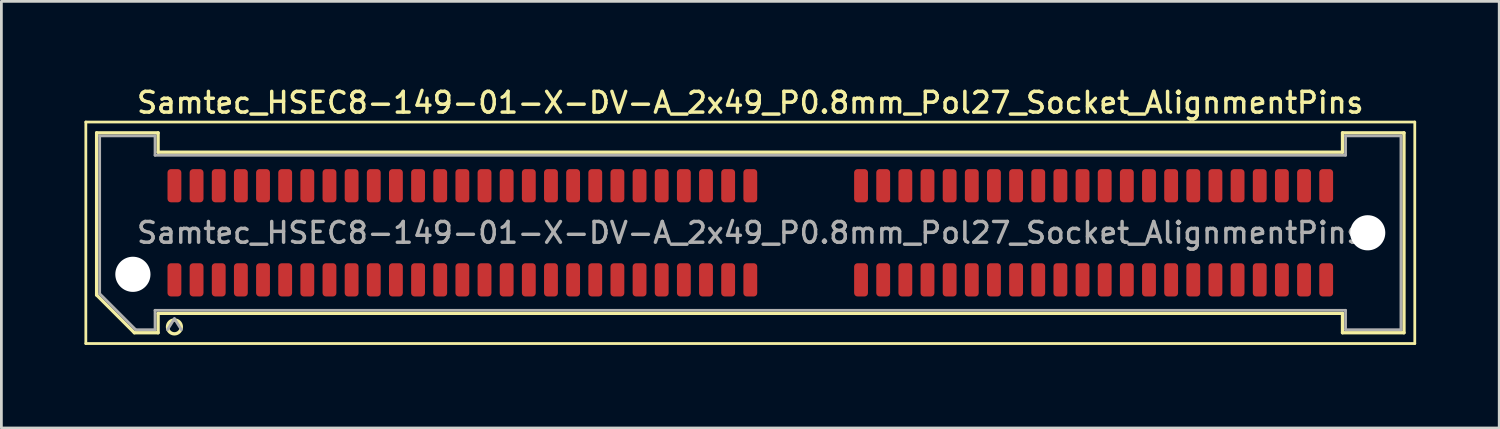
<source format=kicad_pcb>
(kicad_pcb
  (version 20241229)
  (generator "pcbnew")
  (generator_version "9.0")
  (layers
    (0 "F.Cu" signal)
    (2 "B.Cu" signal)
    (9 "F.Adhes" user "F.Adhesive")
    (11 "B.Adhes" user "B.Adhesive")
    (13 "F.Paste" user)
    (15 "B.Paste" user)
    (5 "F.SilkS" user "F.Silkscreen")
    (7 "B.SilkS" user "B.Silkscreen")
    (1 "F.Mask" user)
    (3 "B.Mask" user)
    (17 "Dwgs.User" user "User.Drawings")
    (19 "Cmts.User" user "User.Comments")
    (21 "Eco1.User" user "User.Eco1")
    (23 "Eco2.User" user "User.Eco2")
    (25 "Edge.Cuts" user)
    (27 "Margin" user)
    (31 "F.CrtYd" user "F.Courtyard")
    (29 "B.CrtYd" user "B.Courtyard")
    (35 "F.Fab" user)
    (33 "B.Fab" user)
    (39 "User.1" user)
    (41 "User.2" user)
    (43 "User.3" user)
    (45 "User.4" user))
  (footprint "Samtec_HSEC8-149-01-X-DV-A_2x49_P0.8mm_Pol27_Socket_AlignmentPins"
    (layer "F.Cu")
    (at 24.05 5.358)
    (property "Reference" "Samtec_HSEC8-149-01-X-DV-A_2x49_P0.8mm_Pol27_Socket_AlignmentPins" (at 0 -4.7 0) (layer "F.SilkS") (effects (font (size 0.75 0.75) (thickness 0.125))))
    (attr smd)
    (fp_line (start -24 -4) (end -24 4) (stroke (width 0.1) (type solid)) (layer "F.SilkS"))
    (fp_line (start -24 4) (end 24 4) (stroke (width 0.1) (type solid)) (layer "F.SilkS"))
    (fp_line (start -23.61 -3.61) (end -21.39 -3.61) (stroke (width 0.12) (type solid)) (layer "F.SilkS"))
    (fp_line (start -23.61 2.246) (end -23.61 -3.61) (stroke (width 0.12) (type solid)) (layer "F.SilkS"))
    (fp_line (start -22.246 3.61) (end -23.61 2.246) (stroke (width 0.12) (type solid)) (layer "F.SilkS"))
    (fp_line (start -21.39 -3.61) (end -21.39 -2.91) (stroke (width 0.12) (type solid)) (layer "F.SilkS"))
    (fp_line (start -21.39 -2.91) (end 21.39 -2.91) (stroke (width 0.12) (type solid)) (layer "F.SilkS"))
    (fp_line (start -21.39 2.91) (end -21.39 3.61) (stroke (width 0.12) (type solid)) (layer "F.SilkS"))
    (fp_line (start -21.39 3.61) (end -22.246 3.61) (stroke (width 0.12) (type solid)) (layer "F.SilkS"))
    (fp_line (start 21.39 -3.61) (end 23.61 -3.61) (stroke (width 0.12) (type solid)) (layer "F.SilkS"))
    (fp_line (start 21.39 -2.91) (end 21.39 -3.61) (stroke (width 0.12) (type solid)) (layer "F.SilkS"))
    (fp_line (start 21.39 2.91) (end -21.39 2.91) (stroke (width 0.12) (type solid)) (layer "F.SilkS"))
    (fp_line (start 21.39 3.61) (end 21.39 2.91) (stroke (width 0.12) (type solid)) (layer "F.SilkS"))
    (fp_line (start 23.61 -3.61) (end 23.61 3.61) (stroke (width 0.12) (type solid)) (layer "F.SilkS"))
    (fp_line (start 23.61 3.61) (end 21.39 3.61) (stroke (width 0.12) (type solid)) (layer "F.SilkS"))
    (fp_line (start 24 -4) (end -24 -4) (stroke (width 0.1) (type solid)) (layer "F.SilkS"))
    (fp_line (start 24 4) (end 24 -4) (stroke (width 0.1) (type solid)) (layer "F.SilkS"))
    (fp_arc (start -20.55 3.4) (mid -21.05 3.4) (end -20.55 3.4) (stroke (width 0.12) (type solid)) (layer "F.SilkS"))
    (fp_line (start -23.5 -3.5) (end -21.5 -3.5) (stroke (width 0.1) (type solid)) (layer "F.Fab"))
    (fp_line (start -23.5 2.2) (end -23.5 -3.5) (stroke (width 0.1) (type solid)) (layer "F.Fab"))
    (fp_line (start -22.2 3.5) (end -23.5 2.2) (stroke (width 0.1) (type solid)) (layer "F.Fab"))
    (fp_line (start -21.5 -3.5) (end -21.5 -2.8) (stroke (width 0.1) (type solid)) (layer "F.Fab"))
    (fp_line (start -21.5 -2.8) (end 21.5 -2.8) (stroke (width 0.1) (type solid)) (layer "F.Fab"))
    (fp_line (start -21.5 2.8) (end -21.5 3.5) (stroke (width 0.1) (type solid)) (layer "F.Fab"))
    (fp_line (start -21.5 3.5) (end -22.2 3.5) (stroke (width 0.1) (type solid)) (layer "F.Fab"))
    (fp_line (start -20.8 3.1) (end -21.05 3.5) (stroke (width 0.1) (type solid)) (layer "F.Fab"))
    (fp_line (start -20.8 3.1) (end -20.55 3.5) (stroke (width 0.1) (type solid)) (layer "F.Fab"))
    (fp_line (start 21.5 -3.5) (end 23.5 -3.5) (stroke (width 0.1) (type solid)) (layer "F.Fab"))
    (fp_line (start 21.5 -2.8) (end 21.5 -3.5) (stroke (width 0.1) (type solid)) (layer "F.Fab"))
    (fp_line (start 21.5 2.8) (end -21.5 2.8) (stroke (width 0.1) (type solid)) (layer "F.Fab"))
    (fp_line (start 21.5 3.5) (end 21.5 2.8) (stroke (width 0.1) (type solid)) (layer "F.Fab"))
    (fp_line (start 23.5 -3.5) (end 23.5 3.5) (stroke (width 0.1) (type solid)) (layer "F.Fab"))
    (fp_line (start 23.5 3.5) (end 21.5 3.5) (stroke (width 0.1) (type solid)) (layer "F.Fab"))
    (fp_text user "${REFERENCE}" (at 0 0 0) (layer "F.Fab") (effects (font (size 0.75 0.75) (thickness 0.125))))
    (pad "" np_thru_hole circle (at -22.3 1.5) (size 1.27 1.27) (drill 1.27) (layers "*.Cu" "*.Mask"))
    (pad "" np_thru_hole circle (at 22.3 0) (size 1.27 1.27) (drill 1.27) (layers "*.Cu" "*.Mask"))
    (pad "1" smd roundrect (at -20.8 1.7) (size 0.5 1.2) (layers "F.Cu" "F.Mask" "F.Paste") (roundrect_rratio 0.25))
    (pad "2" smd roundrect (at -20.8 -1.7) (size 0.5 1.2) (layers "F.Cu" "F.Mask" "F.Paste") (roundrect_rratio 0.25))
    (pad "3" smd roundrect (at -20 1.7) (size 0.5 1.2) (layers "F.Cu" "F.Mask" "F.Paste") (roundrect_rratio 0.25))
    (pad "4" smd roundrect (at -20 -1.7) (size 0.5 1.2) (layers "F.Cu" "F.Mask" "F.Paste") (roundrect_rratio 0.25))
    (pad "5" smd roundrect (at -19.2 1.7) (size 0.5 1.2) (layers "F.Cu" "F.Mask" "F.Paste") (roundrect_rratio 0.25))
    (pad "6" smd roundrect (at -19.2 -1.7) (size 0.5 1.2) (layers "F.Cu" "F.Mask" "F.Paste") (roundrect_rratio 0.25))
    (pad "7" smd roundrect (at -18.4 1.7) (size 0.5 1.2) (layers "F.Cu" "F.Mask" "F.Paste") (roundrect_rratio 0.25))
    (pad "8" smd roundrect (at -18.4 -1.7) (size 0.5 1.2) (layers "F.Cu" "F.Mask" "F.Paste") (roundrect_rratio 0.25))
    (pad "9" smd roundrect (at -17.6 1.7) (size 0.5 1.2) (layers "F.Cu" "F.Mask" "F.Paste") (roundrect_rratio 0.25))
    (pad "10" smd roundrect (at -17.6 -1.7) (size 0.5 1.2) (layers "F.Cu" "F.Mask" "F.Paste") (roundrect_rratio 0.25))
    (pad "11" smd roundrect (at -16.8 1.7) (size 0.5 1.2) (layers "F.Cu" "F.Mask" "F.Paste") (roundrect_rratio 0.25))
    (pad "12" smd roundrect (at -16.8 -1.7) (size 0.5 1.2) (layers "F.Cu" "F.Mask" "F.Paste") (roundrect_rratio 0.25))
    (pad "13" smd roundrect (at -16 1.7) (size 0.5 1.2) (layers "F.Cu" "F.Mask" "F.Paste") (roundrect_rratio 0.25))
    (pad "14" smd roundrect (at -16 -1.7) (size 0.5 1.2) (layers "F.Cu" "F.Mask" "F.Paste") (roundrect_rratio 0.25))
    (pad "15" smd roundrect (at -15.2 1.7) (size 0.5 1.2) (layers "F.Cu" "F.Mask" "F.Paste") (roundrect_rratio 0.25))
    (pad "16" smd roundrect (at -15.2 -1.7) (size 0.5 1.2) (layers "F.Cu" "F.Mask" "F.Paste") (roundrect_rratio 0.25))
    (pad "17" smd roundrect (at -14.4 1.7) (size 0.5 1.2) (layers "F.Cu" "F.Mask" "F.Paste") (roundrect_rratio 0.25))
    (pad "18" smd roundrect (at -14.4 -1.7) (size 0.5 1.2) (layers "F.Cu" "F.Mask" "F.Paste") (roundrect_rratio 0.25))
    (pad "19" smd roundrect (at -13.6 1.7) (size 0.5 1.2) (layers "F.Cu" "F.Mask" "F.Paste") (roundrect_rratio 0.25))
    (pad "20" smd roundrect (at -13.6 -1.7) (size 0.5 1.2) (layers "F.Cu" "F.Mask" "F.Paste") (roundrect_rratio 0.25))
    (pad "21" smd roundrect (at -12.8 1.7) (size 0.5 1.2) (layers "F.Cu" "F.Mask" "F.Paste") (roundrect_rratio 0.25))
    (pad "22" smd roundrect (at -12.8 -1.7) (size 0.5 1.2) (layers "F.Cu" "F.Mask" "F.Paste") (roundrect_rratio 0.25))
    (pad "23" smd roundrect (at -12 1.7) (size 0.5 1.2) (layers "F.Cu" "F.Mask" "F.Paste") (roundrect_rratio 0.25))
    (pad "24" smd roundrect (at -12 -1.7) (size 0.5 1.2) (layers "F.Cu" "F.Mask" "F.Paste") (roundrect_rratio 0.25))
    (pad "25" smd roundrect (at -11.2 1.7) (size 0.5 1.2) (layers "F.Cu" "F.Mask" "F.Paste") (roundrect_rratio 0.25))
    (pad "26" smd roundrect (at -11.2 -1.7) (size 0.5 1.2) (layers "F.Cu" "F.Mask" "F.Paste") (roundrect_rratio 0.25))
    (pad "27" smd roundrect (at -10.4 1.7) (size 0.5 1.2) (layers "F.Cu" "F.Mask" "F.Paste") (roundrect_rratio 0.25))
    (pad "28" smd roundrect (at -10.4 -1.7) (size 0.5 1.2) (layers "F.Cu" "F.Mask" "F.Paste") (roundrect_rratio 0.25))
    (pad "29" smd roundrect (at -9.6 1.7) (size 0.5 1.2) (layers "F.Cu" "F.Mask" "F.Paste") (roundrect_rratio 0.25))
    (pad "30" smd roundrect (at -9.6 -1.7) (size 0.5 1.2) (layers "F.Cu" "F.Mask" "F.Paste") (roundrect_rratio 0.25))
    (pad "31" smd roundrect (at -8.8 1.7) (size 0.5 1.2) (layers "F.Cu" "F.Mask" "F.Paste") (roundrect_rratio 0.25))
    (pad "32" smd roundrect (at -8.8 -1.7) (size 0.5 1.2) (layers "F.Cu" "F.Mask" "F.Paste") (roundrect_rratio 0.25))
    (pad "33" smd roundrect (at -8 1.7) (size 0.5 1.2) (layers "F.Cu" "F.Mask" "F.Paste") (roundrect_rratio 0.25))
    (pad "34" smd roundrect (at -8 -1.7) (size 0.5 1.2) (layers "F.Cu" "F.Mask" "F.Paste") (roundrect_rratio 0.25))
    (pad "35" smd roundrect (at -7.2 1.7) (size 0.5 1.2) (layers "F.Cu" "F.Mask" "F.Paste") (roundrect_rratio 0.25))
    (pad "36" smd roundrect (at -7.2 -1.7) (size 0.5 1.2) (layers "F.Cu" "F.Mask" "F.Paste") (roundrect_rratio 0.25))
    (pad "37" smd roundrect (at -6.4 1.7) (size 0.5 1.2) (layers "F.Cu" "F.Mask" "F.Paste") (roundrect_rratio 0.25))
    (pad "38" smd roundrect (at -6.4 -1.7) (size 0.5 1.2) (layers "F.Cu" "F.Mask" "F.Paste") (roundrect_rratio 0.25))
    (pad "39" smd roundrect (at -5.6 1.7) (size 0.5 1.2) (layers "F.Cu" "F.Mask" "F.Paste") (roundrect_rratio 0.25))
    (pad "40" smd roundrect (at -5.6 -1.7) (size 0.5 1.2) (layers "F.Cu" "F.Mask" "F.Paste") (roundrect_rratio 0.25))
    (pad "41" smd roundrect (at -4.8 1.7) (size 0.5 1.2) (layers "F.Cu" "F.Mask" "F.Paste") (roundrect_rratio 0.25))
    (pad "42" smd roundrect (at -4.8 -1.7) (size 0.5 1.2) (layers "F.Cu" "F.Mask" "F.Paste") (roundrect_rratio 0.25))
    (pad "43" smd roundrect (at -4 1.7) (size 0.5 1.2) (layers "F.Cu" "F.Mask" "F.Paste") (roundrect_rratio 0.25))
    (pad "44" smd roundrect (at -4 -1.7) (size 0.5 1.2) (layers "F.Cu" "F.Mask" "F.Paste") (roundrect_rratio 0.25))
    (pad "45" smd roundrect (at -3.2 1.7) (size 0.5 1.2) (layers "F.Cu" "F.Mask" "F.Paste") (roundrect_rratio 0.25))
    (pad "46" smd roundrect (at -3.2 -1.7) (size 0.5 1.2) (layers "F.Cu" "F.Mask" "F.Paste") (roundrect_rratio 0.25))
    (pad "47" smd roundrect (at -2.4 1.7) (size 0.5 1.2) (layers "F.Cu" "F.Mask" "F.Paste") (roundrect_rratio 0.25))
    (pad "48" smd roundrect (at -2.4 -1.7) (size 0.5 1.2) (layers "F.Cu" "F.Mask" "F.Paste") (roundrect_rratio 0.25))
    (pad "49" smd roundrect (at -1.6 1.7) (size 0.5 1.2) (layers "F.Cu" "F.Mask" "F.Paste") (roundrect_rratio 0.25))
    (pad "50" smd roundrect (at -1.6 -1.7) (size 0.5 1.2) (layers "F.Cu" "F.Mask" "F.Paste") (roundrect_rratio 0.25))
    (pad "51" smd roundrect (at -0.8 1.7) (size 0.5 1.2) (layers "F.Cu" "F.Mask" "F.Paste") (roundrect_rratio 0.25))
    (pad "52" smd roundrect (at -0.8 -1.7) (size 0.5 1.2) (layers "F.Cu" "F.Mask" "F.Paste") (roundrect_rratio 0.25))
    (pad "53" smd roundrect (at 0 1.7) (size 0.5 1.2) (layers "F.Cu" "F.Mask" "F.Paste") (roundrect_rratio 0.25))
    (pad "54" smd roundrect (at 0 -1.7) (size 0.5 1.2) (layers "F.Cu" "F.Mask" "F.Paste") (roundrect_rratio 0.25))
    (pad "55" smd roundrect (at 4 1.7) (size 0.5 1.2) (layers "F.Cu" "F.Mask" "F.Paste") (roundrect_rratio 0.25))
    (pad "56" smd roundrect (at 4 -1.7) (size 0.5 1.2) (layers "F.Cu" "F.Mask" "F.Paste") (roundrect_rratio 0.25))
    (pad "57" smd roundrect (at 4.8 1.7) (size 0.5 1.2) (layers "F.Cu" "F.Mask" "F.Paste") (roundrect_rratio 0.25))
    (pad "58" smd roundrect (at 4.8 -1.7) (size 0.5 1.2) (layers "F.Cu" "F.Mask" "F.Paste") (roundrect_rratio 0.25))
    (pad "59" smd roundrect (at 5.6 1.7) (size 0.5 1.2) (layers "F.Cu" "F.Mask" "F.Paste") (roundrect_rratio 0.25))
    (pad "60" smd roundrect (at 5.6 -1.7) (size 0.5 1.2) (layers "F.Cu" "F.Mask" "F.Paste") (roundrect_rratio 0.25))
    (pad "61" smd roundrect (at 6.4 1.7) (size 0.5 1.2) (layers "F.Cu" "F.Mask" "F.Paste") (roundrect_rratio 0.25))
    (pad "62" smd roundrect (at 6.4 -1.7) (size 0.5 1.2) (layers "F.Cu" "F.Mask" "F.Paste") (roundrect_rratio 0.25))
    (pad "63" smd roundrect (at 7.2 1.7) (size 0.5 1.2) (layers "F.Cu" "F.Mask" "F.Paste") (roundrect_rratio 0.25))
    (pad "64" smd roundrect (at 7.2 -1.7) (size 0.5 1.2) (layers "F.Cu" "F.Mask" "F.Paste") (roundrect_rratio 0.25))
    (pad "65" smd roundrect (at 8 1.7) (size 0.5 1.2) (layers "F.Cu" "F.Mask" "F.Paste") (roundrect_rratio 0.25))
    (pad "66" smd roundrect (at 8 -1.7) (size 0.5 1.2) (layers "F.Cu" "F.Mask" "F.Paste") (roundrect_rratio 0.25))
    (pad "67" smd roundrect (at 8.8 1.7) (size 0.5 1.2) (layers "F.Cu" "F.Mask" "F.Paste") (roundrect_rratio 0.25))
    (pad "68" smd roundrect (at 8.8 -1.7) (size 0.5 1.2) (layers "F.Cu" "F.Mask" "F.Paste") (roundrect_rratio 0.25))
    (pad "69" smd roundrect (at 9.6 1.7) (size 0.5 1.2) (layers "F.Cu" "F.Mask" "F.Paste") (roundrect_rratio 0.25))
    (pad "70" smd roundrect (at 9.6 -1.7) (size 0.5 1.2) (layers "F.Cu" "F.Mask" "F.Paste") (roundrect_rratio 0.25))
    (pad "71" smd roundrect (at 10.4 1.7) (size 0.5 1.2) (layers "F.Cu" "F.Mask" "F.Paste") (roundrect_rratio 0.25))
    (pad "72" smd roundrect (at 10.4 -1.7) (size 0.5 1.2) (layers "F.Cu" "F.Mask" "F.Paste") (roundrect_rratio 0.25))
    (pad "73" smd roundrect (at 11.2 1.7) (size 0.5 1.2) (layers "F.Cu" "F.Mask" "F.Paste") (roundrect_rratio 0.25))
    (pad "74" smd roundrect (at 11.2 -1.7) (size 0.5 1.2) (layers "F.Cu" "F.Mask" "F.Paste") (roundrect_rratio 0.25))
    (pad "75" smd roundrect (at 12 1.7) (size 0.5 1.2) (layers "F.Cu" "F.Mask" "F.Paste") (roundrect_rratio 0.25))
    (pad "76" smd roundrect (at 12 -1.7) (size 0.5 1.2) (layers "F.Cu" "F.Mask" "F.Paste") (roundrect_rratio 0.25))
    (pad "77" smd roundrect (at 12.8 1.7) (size 0.5 1.2) (layers "F.Cu" "F.Mask" "F.Paste") (roundrect_rratio 0.25))
    (pad "78" smd roundrect (at 12.8 -1.7) (size 0.5 1.2) (layers "F.Cu" "F.Mask" "F.Paste") (roundrect_rratio 0.25))
    (pad "79" smd roundrect (at 13.6 1.7) (size 0.5 1.2) (layers "F.Cu" "F.Mask" "F.Paste") (roundrect_rratio 0.25))
    (pad "80" smd roundrect (at 13.6 -1.7) (size 0.5 1.2) (layers "F.Cu" "F.Mask" "F.Paste") (roundrect_rratio 0.25))
    (pad "81" smd roundrect (at 14.4 1.7) (size 0.5 1.2) (layers "F.Cu" "F.Mask" "F.Paste") (roundrect_rratio 0.25))
    (pad "82" smd roundrect (at 14.4 -1.7) (size 0.5 1.2) (layers "F.Cu" "F.Mask" "F.Paste") (roundrect_rratio 0.25))
    (pad "83" smd roundrect (at 15.2 1.7) (size 0.5 1.2) (layers "F.Cu" "F.Mask" "F.Paste") (roundrect_rratio 0.25))
    (pad "84" smd roundrect (at 15.2 -1.7) (size 0.5 1.2) (layers "F.Cu" "F.Mask" "F.Paste") (roundrect_rratio 0.25))
    (pad "85" smd roundrect (at 16 1.7) (size 0.5 1.2) (layers "F.Cu" "F.Mask" "F.Paste") (roundrect_rratio 0.25))
    (pad "86" smd roundrect (at 16 -1.7) (size 0.5 1.2) (layers "F.Cu" "F.Mask" "F.Paste") (roundrect_rratio 0.25))
    (pad "87" smd roundrect (at 16.8 1.7) (size 0.5 1.2) (layers "F.Cu" "F.Mask" "F.Paste") (roundrect_rratio 0.25))
    (pad "88" smd roundrect (at 16.8 -1.7) (size 0.5 1.2) (layers "F.Cu" "F.Mask" "F.Paste") (roundrect_rratio 0.25))
    (pad "89" smd roundrect (at 17.6 1.7) (size 0.5 1.2) (layers "F.Cu" "F.Mask" "F.Paste") (roundrect_rratio 0.25))
    (pad "90" smd roundrect (at 17.6 -1.7) (size 0.5 1.2) (layers "F.Cu" "F.Mask" "F.Paste") (roundrect_rratio 0.25))
    (pad "91" smd roundrect (at 18.4 1.7) (size 0.5 1.2) (layers "F.Cu" "F.Mask" "F.Paste") (roundrect_rratio 0.25))
    (pad "92" smd roundrect (at 18.4 -1.7) (size 0.5 1.2) (layers "F.Cu" "F.Mask" "F.Paste") (roundrect_rratio 0.25))
    (pad "93" smd roundrect (at 19.2 1.7) (size 0.5 1.2) (layers "F.Cu" "F.Mask" "F.Paste") (roundrect_rratio 0.25))
    (pad "94" smd roundrect (at 19.2 -1.7) (size 0.5 1.2) (layers "F.Cu" "F.Mask" "F.Paste") (roundrect_rratio 0.25))
    (pad "95" smd roundrect (at 20 1.7) (size 0.5 1.2) (layers "F.Cu" "F.Mask" "F.Paste") (roundrect_rratio 0.25))
    (pad "96" smd roundrect (at 20 -1.7) (size 0.5 1.2) (layers "F.Cu" "F.Mask" "F.Paste") (roundrect_rratio 0.25))
    (pad "97" smd roundrect (at 20.8 1.7) (size 0.5 1.2) (layers "F.Cu" "F.Mask" "F.Paste") (roundrect_rratio 0.25))
    (pad "98" smd roundrect (at 20.8 -1.7) (size 0.5 1.2) (layers "F.Cu" "F.Mask" "F.Paste") (roundrect_rratio 0.25)))
  (gr_rect
    (start -3 -3)
    (end 51.1 12.408)
    (stroke (width 0.1) (type default))
    (fill no)
    (layer "Edge.Cuts")))
</source>
